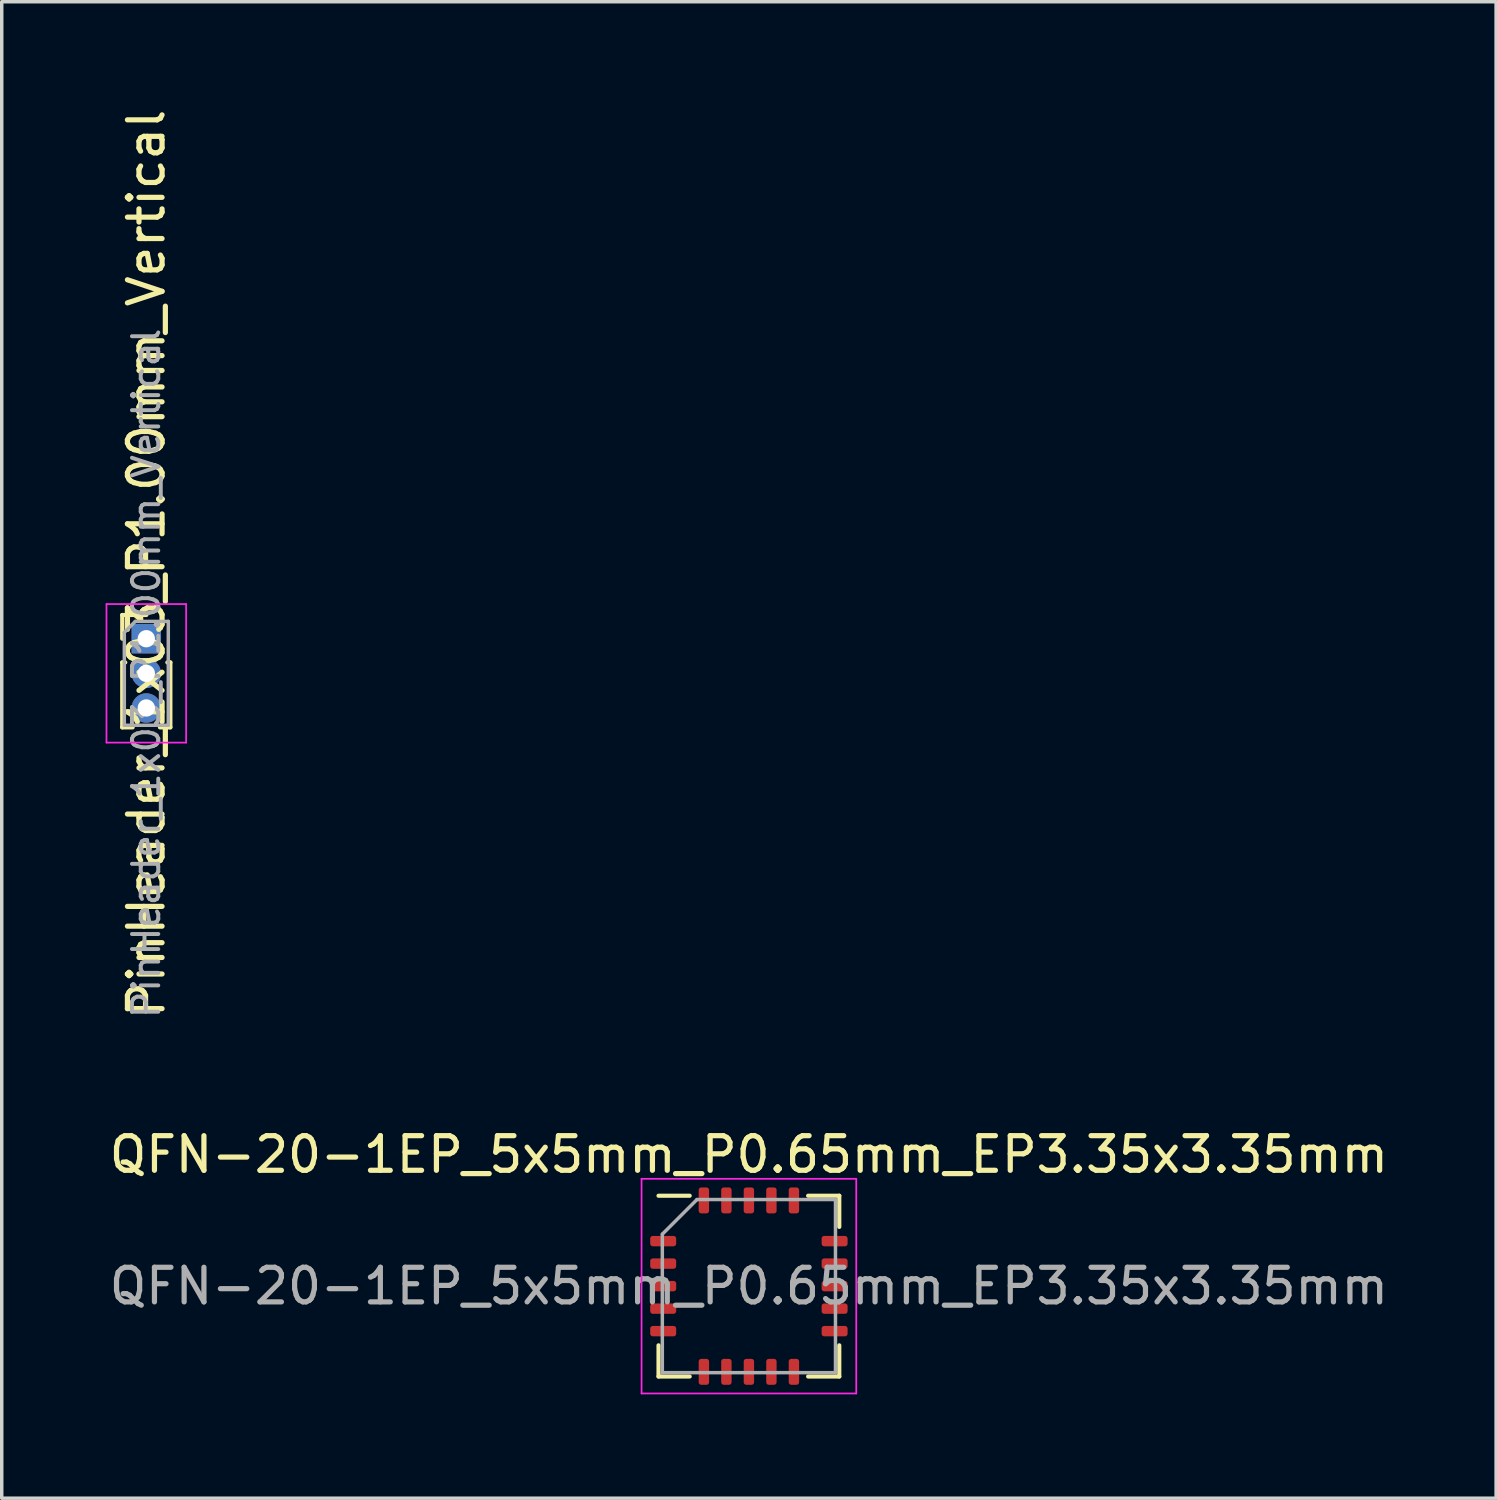
<source format=kicad_pcb>
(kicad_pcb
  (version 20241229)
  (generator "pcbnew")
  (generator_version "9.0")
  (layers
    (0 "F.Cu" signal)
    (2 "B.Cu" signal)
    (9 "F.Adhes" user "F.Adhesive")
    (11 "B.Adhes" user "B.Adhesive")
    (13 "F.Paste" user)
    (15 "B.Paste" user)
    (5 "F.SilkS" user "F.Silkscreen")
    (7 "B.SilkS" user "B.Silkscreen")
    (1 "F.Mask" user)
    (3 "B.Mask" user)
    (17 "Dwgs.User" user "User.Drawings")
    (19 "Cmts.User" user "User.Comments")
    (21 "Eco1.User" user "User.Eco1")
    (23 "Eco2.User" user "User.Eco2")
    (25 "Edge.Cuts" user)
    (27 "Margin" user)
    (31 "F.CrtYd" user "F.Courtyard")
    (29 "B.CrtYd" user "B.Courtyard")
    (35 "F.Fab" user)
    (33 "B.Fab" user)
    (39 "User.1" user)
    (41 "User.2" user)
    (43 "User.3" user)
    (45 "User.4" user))
  (footprint "QFN-20-1EP_5x5mm_P0.65mm_EP3.35x3.35mm"
    (layer "F.Cu")
    (at 18.577 34.091)
    (property "Reference" "QFN-20-1EP_5x5mm_P0.65mm_EP3.35x3.35mm" (at 0 -3.8 0) (layer "F.SilkS") (effects (font (size 1 1) (thickness 0.15))))
    (attr smd)
    (fp_line (start -2.61 2.61) (end -2.61 1.71) (stroke (width 0.12) (type solid)) (layer "F.SilkS"))
    (fp_line (start -1.71 -2.61) (end -2.61 -2.61) (stroke (width 0.12) (type solid)) (layer "F.SilkS"))
    (fp_line (start -1.71 2.61) (end -2.61 2.61) (stroke (width 0.12) (type solid)) (layer "F.SilkS"))
    (fp_line (start 1.71 -2.61) (end 2.61 -2.61) (stroke (width 0.12) (type solid)) (layer "F.SilkS"))
    (fp_line (start 1.71 2.61) (end 2.61 2.61) (stroke (width 0.12) (type solid)) (layer "F.SilkS"))
    (fp_line (start 2.61 -2.61) (end 2.61 -1.71) (stroke (width 0.12) (type solid)) (layer "F.SilkS"))
    (fp_line (start 2.61 2.61) (end 2.61 1.71) (stroke (width 0.12) (type solid)) (layer "F.SilkS"))
    (fp_line (start -3.1 -3.1) (end -3.1 3.1) (stroke (width 0.05) (type solid)) (layer "F.CrtYd"))
    (fp_line (start -3.1 3.1) (end 3.1 3.1) (stroke (width 0.05) (type solid)) (layer "F.CrtYd"))
    (fp_line (start 3.1 -3.1) (end -3.1 -3.1) (stroke (width 0.05) (type solid)) (layer "F.CrtYd"))
    (fp_line (start 3.1 3.1) (end 3.1 -3.1) (stroke (width 0.05) (type solid)) (layer "F.CrtYd"))
    (fp_line (start -2.5 -1.5) (end -1.5 -2.5) (stroke (width 0.1) (type solid)) (layer "F.Fab"))
    (fp_line (start -2.5 2.5) (end -2.5 -1.5) (stroke (width 0.1) (type solid)) (layer "F.Fab"))
    (fp_line (start -1.5 -2.5) (end 2.5 -2.5) (stroke (width 0.1) (type solid)) (layer "F.Fab"))
    (fp_line (start 2.5 -2.5) (end 2.5 2.5) (stroke (width 0.1) (type solid)) (layer "F.Fab"))
    (fp_line (start 2.5 2.5) (end -2.5 2.5) (stroke (width 0.1) (type solid)) (layer "F.Fab"))
    (fp_text user "${REFERENCE}" (at 0 0 0) (layer "F.Fab") (effects (font (size 1 1) (thickness 0.15))))
    (pad "1" smd roundrect (at -2.475 -1.3) (size 0.75 0.3) (layers "F.Cu" "F.Mask" "F.Paste") (roundrect_rratio 0.25))
    (pad "2" smd roundrect (at -2.475 -0.65) (size 0.75 0.3) (layers "F.Cu" "F.Mask" "F.Paste") (roundrect_rratio 0.25))
    (pad "3" smd roundrect (at -2.475 0) (size 0.75 0.3) (layers "F.Cu" "F.Mask" "F.Paste") (roundrect_rratio 0.25))
    (pad "4" smd roundrect (at -2.475 0.65) (size 0.75 0.3) (layers "F.Cu" "F.Mask" "F.Paste") (roundrect_rratio 0.25))
    (pad "5" smd roundrect (at -2.475 1.3) (size 0.75 0.3) (layers "F.Cu" "F.Mask" "F.Paste") (roundrect_rratio 0.25))
    (pad "6" smd roundrect (at -1.3 2.475) (size 0.3 0.75) (layers "F.Cu" "F.Mask" "F.Paste") (roundrect_rratio 0.25))
    (pad "7" smd roundrect (at -0.65 2.475) (size 0.3 0.75) (layers "F.Cu" "F.Mask" "F.Paste") (roundrect_rratio 0.25))
    (pad "8" smd roundrect (at 0 2.475) (size 0.3 0.75) (layers "F.Cu" "F.Mask" "F.Paste") (roundrect_rratio 0.25))
    (pad "9" smd roundrect (at 0.65 2.475) (size 0.3 0.75) (layers "F.Cu" "F.Mask" "F.Paste") (roundrect_rratio 0.25))
    (pad "10" smd roundrect (at 1.3 2.475) (size 0.3 0.75) (layers "F.Cu" "F.Mask" "F.Paste") (roundrect_rratio 0.25))
    (pad "11" smd roundrect (at 2.475 1.3) (size 0.75 0.3) (layers "F.Cu" "F.Mask" "F.Paste") (roundrect_rratio 0.25))
    (pad "12" smd roundrect (at 2.475 0.65) (size 0.75 0.3) (layers "F.Cu" "F.Mask" "F.Paste") (roundrect_rratio 0.25))
    (pad "13" smd roundrect (at 2.475 0) (size 0.75 0.3) (layers "F.Cu" "F.Mask" "F.Paste") (roundrect_rratio 0.25))
    (pad "14" smd roundrect (at 2.475 -0.65) (size 0.75 0.3) (layers "F.Cu" "F.Mask" "F.Paste") (roundrect_rratio 0.25))
    (pad "15" smd roundrect (at 2.475 -1.3) (size 0.75 0.3) (layers "F.Cu" "F.Mask" "F.Paste") (roundrect_rratio 0.25))
    (pad "16" smd roundrect (at 1.3 -2.475) (size 0.3 0.75) (layers "F.Cu" "F.Mask" "F.Paste") (roundrect_rratio 0.25))
    (pad "17" smd roundrect (at 0.65 -2.475) (size 0.3 0.75) (layers "F.Cu" "F.Mask" "F.Paste") (roundrect_rratio 0.25))
    (pad "18" smd roundrect (at 0 -2.475) (size 0.3 0.75) (layers "F.Cu" "F.Mask" "F.Paste") (roundrect_rratio 0.25))
    (pad "19" smd roundrect (at -0.65 -2.475) (size 0.3 0.75) (layers "F.Cu" "F.Mask" "F.Paste") (roundrect_rratio 0.25))
    (pad "20" smd roundrect (at -1.3 -2.475) (size 0.3 0.75) (layers "F.Cu" "F.Mask" "F.Paste") (roundrect_rratio 0.25)))
  (footprint "PinHeader_1x03_P1.00mm_Vertical"
    (layer "F.Cu")
    (at 1.175 15.395)
    (property "Reference" "PinHeader_1x03_P1.00mm_Vertical" (at 0 -2.175 90) (layer "F.SilkS") (effects (font (size 1 1) (thickness 0.15))))
    (attr through_hole)
    (fp_line (start -0.695 -0.685) (end 0 -0.685) (stroke (width 0.12) (type solid)) (layer "F.SilkS"))
    (fp_line (start -0.695 0) (end -0.695 -0.685) (stroke (width 0.12) (type solid)) (layer "F.SilkS"))
    (fp_line (start -0.695 0.685) (end -0.695 2.56) (stroke (width 0.12) (type solid)) (layer "F.SilkS"))
    (fp_line (start -0.695 0.685) (end -0.608 0.685) (stroke (width 0.12) (type solid)) (layer "F.SilkS"))
    (fp_line (start -0.695 2.56) (end -0.394 2.56) (stroke (width 0.12) (type solid)) (layer "F.SilkS"))
    (fp_line (start 0.394 2.56) (end 0.695 2.56) (stroke (width 0.12) (type solid)) (layer "F.SilkS"))
    (fp_line (start 0.608 0.685) (end 0.695 0.685) (stroke (width 0.12) (type solid)) (layer "F.SilkS"))
    (fp_line (start 0.695 0.685) (end 0.695 2.56) (stroke (width 0.12) (type solid)) (layer "F.SilkS"))
    (fp_line (start -1.15 -1) (end -1.15 3) (stroke (width 0.05) (type solid)) (layer "F.CrtYd"))
    (fp_line (start -1.15 3) (end 1.15 3) (stroke (width 0.05) (type solid)) (layer "F.CrtYd"))
    (fp_line (start 1.15 -1) (end -1.15 -1) (stroke (width 0.05) (type solid)) (layer "F.CrtYd"))
    (fp_line (start 1.15 3) (end 1.15 -1) (stroke (width 0.05) (type solid)) (layer "F.CrtYd"))
    (fp_line (start -0.635 -0.182) (end -0.318 -0.5) (stroke (width 0.1) (type solid)) (layer "F.Fab"))
    (fp_line (start -0.635 2.5) (end -0.635 -0.182) (stroke (width 0.1) (type solid)) (layer "F.Fab"))
    (fp_line (start -0.318 -0.5) (end 0.635 -0.5) (stroke (width 0.1) (type solid)) (layer "F.Fab"))
    (fp_line (start 0.635 -0.5) (end 0.635 2.5) (stroke (width 0.1) (type solid)) (layer "F.Fab"))
    (fp_line (start 0.635 2.5) (end -0.635 2.5) (stroke (width 0.1) (type solid)) (layer "F.Fab"))
    (fp_text user "${REFERENCE}" (at 0 1 90) (layer "F.Fab") (effects (font (size 0.76 0.76) (thickness 0.114))))
    (pad "1" thru_hole rect (at 0 0) (size 0.85 0.85) (drill 0.5) (layers "*.Cu" "*.Mask"))
    (pad "2" thru_hole oval (at 0 1) (size 0.85 0.85) (drill 0.5) (layers "*.Cu" "*.Mask"))
    (pad "3" thru_hole oval (at 0 2) (size 0.85 0.85) (drill 0.5) (layers "*.Cu" "*.Mask")))
  (gr_rect
    (start -3 -3)
    (end 40.155 40.216)
    (stroke (width 0.1) (type default))
    (fill no)
    (layer "Edge.Cuts")))
</source>
